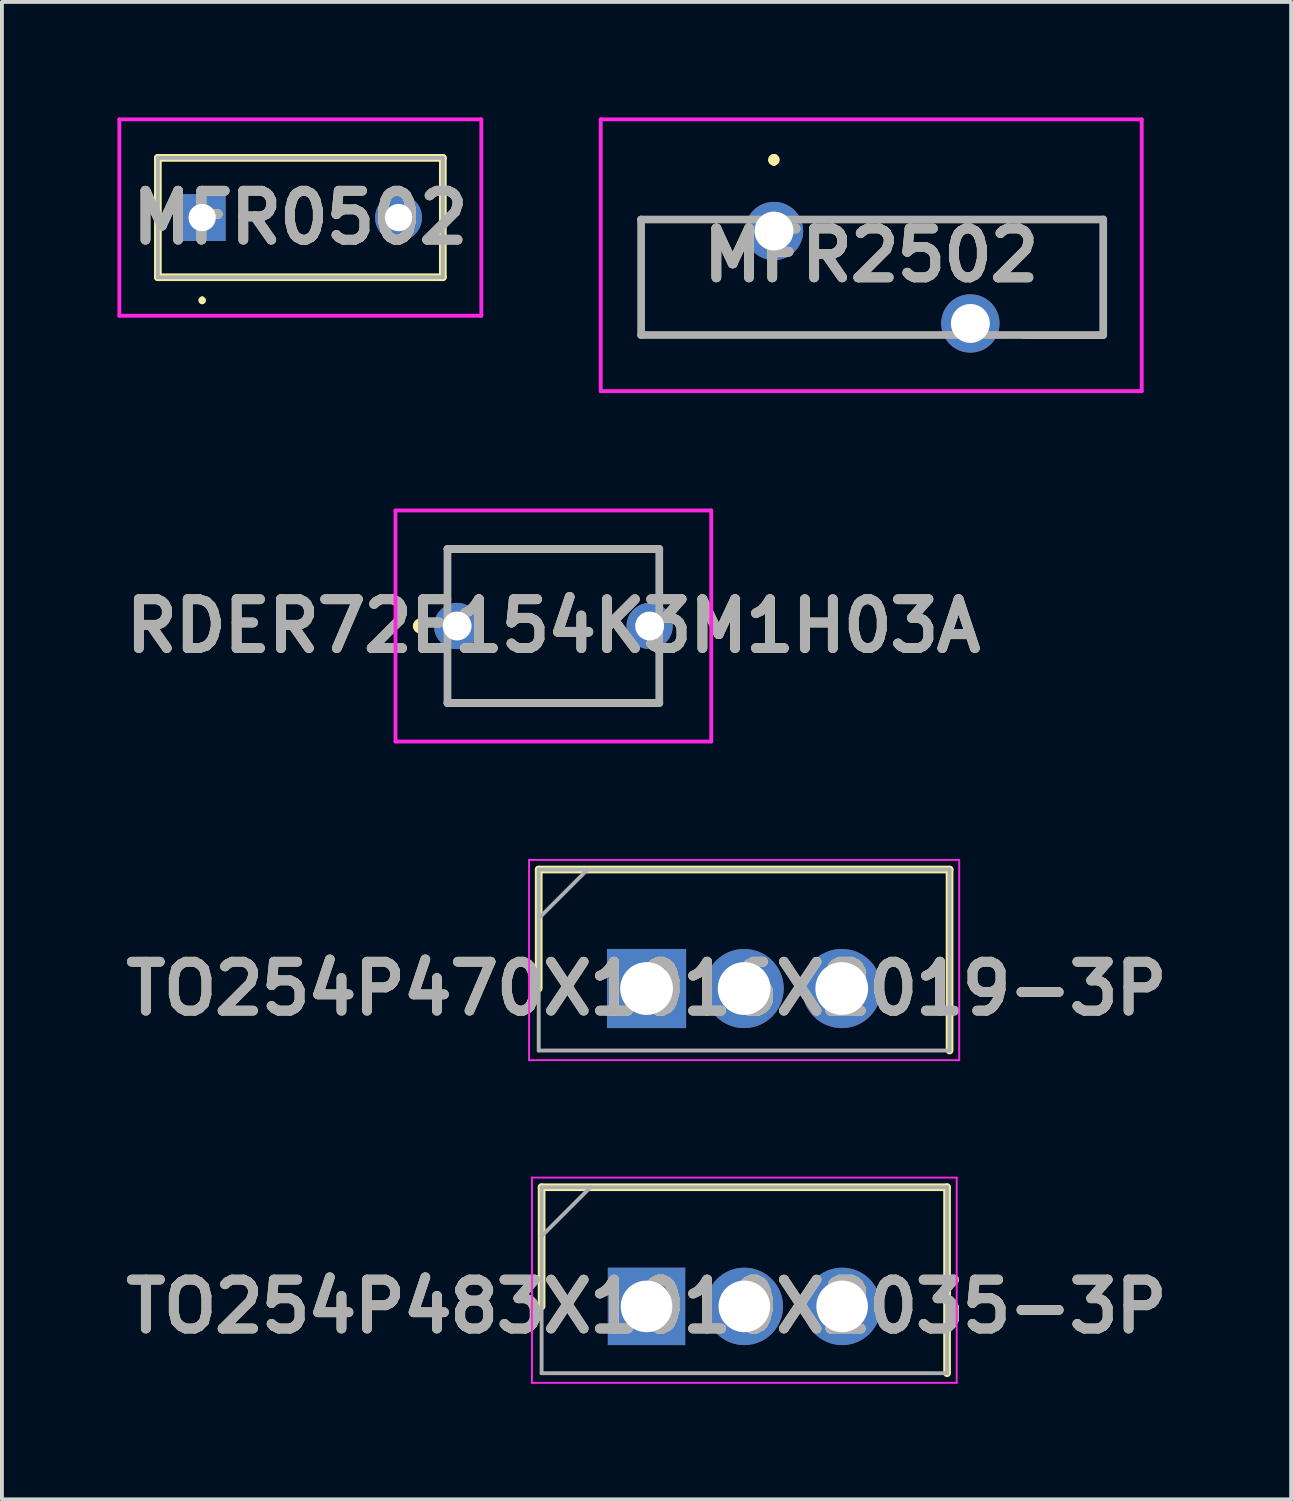
<source format=kicad_pcb>
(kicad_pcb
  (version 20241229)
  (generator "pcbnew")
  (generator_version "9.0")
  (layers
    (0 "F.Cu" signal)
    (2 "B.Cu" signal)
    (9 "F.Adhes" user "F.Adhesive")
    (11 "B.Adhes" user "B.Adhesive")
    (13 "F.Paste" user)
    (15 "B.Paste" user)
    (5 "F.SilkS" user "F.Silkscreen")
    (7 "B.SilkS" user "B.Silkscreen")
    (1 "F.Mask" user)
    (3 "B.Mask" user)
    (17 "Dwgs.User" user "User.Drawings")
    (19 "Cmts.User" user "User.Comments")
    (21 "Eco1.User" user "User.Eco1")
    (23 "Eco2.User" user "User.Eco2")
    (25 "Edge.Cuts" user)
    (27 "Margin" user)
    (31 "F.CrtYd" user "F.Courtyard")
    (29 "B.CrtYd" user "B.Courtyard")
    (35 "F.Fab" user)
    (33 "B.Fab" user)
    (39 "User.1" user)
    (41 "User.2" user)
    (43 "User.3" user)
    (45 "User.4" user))
  (footprint "TO254P470X1016X2019-3P"
    (layer "F.Cu")
    (at 13.74 22.622)
    (property "Reference" "TO254P470X1016X2019-3P" (at 0 0 0) (layer "F.SilkS") (effects (font (size 1.27 1.27) (thickness 0.254))))
    (attr through_hole)
    (fp_line (start -2.8 -3.09) (end -2.8 0) (stroke (width 0.2) (type solid)) (layer "F.SilkS"))
    (fp_line (start 7.87 -3.09) (end -2.8 -3.09) (stroke (width 0.2) (type solid)) (layer "F.SilkS"))
    (fp_line (start 7.87 1.61) (end 7.87 -3.09) (stroke (width 0.2) (type solid)) (layer "F.SilkS"))
    (fp_line (start -3.05 -3.34) (end 8.12 -3.34) (stroke (width 0.05) (type solid)) (layer "F.CrtYd"))
    (fp_line (start -3.05 1.86) (end -3.05 -3.34) (stroke (width 0.05) (type solid)) (layer "F.CrtYd"))
    (fp_line (start 8.12 -3.34) (end 8.12 1.86) (stroke (width 0.05) (type solid)) (layer "F.CrtYd"))
    (fp_line (start 8.12 1.86) (end -3.05 1.86) (stroke (width 0.05) (type solid)) (layer "F.CrtYd"))
    (fp_line (start -2.8 -3.09) (end 7.87 -3.09) (stroke (width 0.1) (type solid)) (layer "F.Fab"))
    (fp_line (start -2.8 -1.822) (end -1.532 -3.09) (stroke (width 0.1) (type solid)) (layer "F.Fab"))
    (fp_line (start -2.8 1.61) (end -2.8 -3.09) (stroke (width 0.1) (type solid)) (layer "F.Fab"))
    (fp_line (start 7.87 -3.09) (end 7.87 1.61) (stroke (width 0.1) (type solid)) (layer "F.Fab"))
    (fp_line (start 7.87 1.61) (end -2.8 1.61) (stroke (width 0.1) (type solid)) (layer "F.Fab"))
    (fp_text user "${REFERENCE}" (at 0 0 0) (layer "F.Fab") (effects (font (size 1.27 1.27) (thickness 0.254))))
    (pad "1" thru_hole rect (at 0 0) (size 2.055 2.055) (drill 1.37) (layers "*.Cu" "*.Mask"))
    (pad "2" thru_hole circle (at 2.535 0) (size 2.055 2.055) (drill 1.37) (layers "*.Cu" "*.Mask"))
    (pad "3" thru_hole circle (at 5.07 0) (size 2.055 2.055) (drill 1.37) (layers "*.Cu" "*.Mask")))
  (footprint "RDER72E154K3M1H03A"
    (layer "F.Cu")
    (at 8.821 13.207)
    (property "Reference" "RDER72E154K3M1H03A" (at 2.5 0 0) (layer "F.SilkS") (effects (font (size 1.27 1.27) (thickness 0.254))))
    (attr through_hole)
    (fp_line (start -0.95 -0.1) (end -0.95 -0.1) (stroke (width 0.2) (type solid)) (layer "F.SilkS"))
    (fp_line (start -0.95 0.1) (end -0.95 0.1) (stroke (width 0.2) (type solid)) (layer "F.SilkS"))
    (fp_line (start -0.25 -2) (end 5.25 -2) (stroke (width 0.2) (type solid)) (layer "F.SilkS"))
    (fp_line (start -0.25 2) (end 5.25 2) (stroke (width 0.2) (type solid)) (layer "F.SilkS"))
    (fp_arc (start -0.95 -0.1) (mid -0.85 0) (end -0.95 0.1) (stroke (width 0.2) (type solid)) (layer "F.SilkS"))
    (fp_arc (start -0.95 0.1) (mid -1.05 0) (end -0.95 -0.1) (stroke (width 0.2) (type solid)) (layer "F.SilkS"))
    (fp_line (start -1.6 -3) (end 6.6 -3) (stroke (width 0.1) (type solid)) (layer "F.CrtYd"))
    (fp_line (start -1.6 3) (end -1.6 -3) (stroke (width 0.1) (type solid)) (layer "F.CrtYd"))
    (fp_line (start 6.6 -3) (end 6.6 3) (stroke (width 0.1) (type solid)) (layer "F.CrtYd"))
    (fp_line (start 6.6 3) (end -1.6 3) (stroke (width 0.1) (type solid)) (layer "F.CrtYd"))
    (fp_line (start -0.25 -2) (end 5.25 -2) (stroke (width 0.2) (type solid)) (layer "F.Fab"))
    (fp_line (start -0.25 2) (end -0.25 -2) (stroke (width 0.2) (type solid)) (layer "F.Fab"))
    (fp_line (start 5.25 -2) (end 5.25 2) (stroke (width 0.2) (type solid)) (layer "F.Fab"))
    (fp_line (start 5.25 2) (end -0.25 2) (stroke (width 0.2) (type solid)) (layer "F.Fab"))
    (fp_text user "${REFERENCE}" (at 2.5 0 0) (layer "F.Fab") (effects (font (size 1.27 1.27) (thickness 0.254))))
    (pad "1" thru_hole circle (at 0 0) (size 1.2 1.2) (drill 0.75) (layers "*.Cu" "*.Mask"))
    (pad "2" thru_hole circle (at 5 0) (size 1.2 1.2) (drill 0.75) (layers "*.Cu" "*.Mask")))
  (footprint "TO254P483X1010X2035-3P"
    (layer "F.Cu")
    (at 13.74 30.877)
    (property "Reference" "TO254P483X1010X2035-3P" (at 0 0 0) (layer "F.SilkS") (effects (font (size 1.27 1.27) (thickness 0.254))))
    (attr through_hole)
    (fp_line (start -2.725 -3.095) (end -2.725 0) (stroke (width 0.2) (type solid)) (layer "F.SilkS"))
    (fp_line (start 7.805 -3.095) (end -2.725 -3.095) (stroke (width 0.2) (type solid)) (layer "F.SilkS"))
    (fp_line (start 7.805 1.735) (end 7.805 -3.095) (stroke (width 0.2) (type solid)) (layer "F.SilkS"))
    (fp_line (start -2.975 -3.345) (end 8.055 -3.345) (stroke (width 0.05) (type solid)) (layer "F.CrtYd"))
    (fp_line (start -2.975 1.985) (end -2.975 -3.345) (stroke (width 0.05) (type solid)) (layer "F.CrtYd"))
    (fp_line (start 8.055 -3.345) (end 8.055 1.985) (stroke (width 0.05) (type solid)) (layer "F.CrtYd"))
    (fp_line (start 8.055 1.985) (end -2.975 1.985) (stroke (width 0.05) (type solid)) (layer "F.CrtYd"))
    (fp_line (start -2.725 -3.095) (end 7.805 -3.095) (stroke (width 0.1) (type solid)) (layer "F.Fab"))
    (fp_line (start -2.725 -1.825) (end -1.455 -3.095) (stroke (width 0.1) (type solid)) (layer "F.Fab"))
    (fp_line (start -2.725 1.735) (end -2.725 -3.095) (stroke (width 0.1) (type solid)) (layer "F.Fab"))
    (fp_line (start 7.805 -3.095) (end 7.805 1.735) (stroke (width 0.1) (type solid)) (layer "F.Fab"))
    (fp_line (start 7.805 1.735) (end -2.725 1.735) (stroke (width 0.1) (type solid)) (layer "F.Fab"))
    (fp_text user "${REFERENCE}" (at 0 0 0) (layer "F.Fab") (effects (font (size 1.27 1.27) (thickness 0.254))))
    (pad "1" thru_hole rect (at 0 0) (size 2.01 2.01) (drill 1.34) (layers "*.Cu" "*.Mask"))
    (pad "2" thru_hole circle (at 2.54 0) (size 2.01 2.01) (drill 1.34) (layers "*.Cu" "*.Mask"))
    (pad "3" thru_hole circle (at 5.08 0) (size 2.01 2.01) (drill 1.34) (layers "*.Cu" "*.Mask")))
  (footprint "MFR0502"
    (layer "F.Cu")
    (at 2.2 2.6)
    (property "Reference" "MFR0502" (at 2.55 0 0) (layer "F.SilkS") (effects (font (size 1.27 1.27) (thickness 0.254))))
    (attr through_hole)
    (fp_line (start -1.15 -1.55) (end -1.15 1.55) (stroke (width 0.2) (type solid)) (layer "F.SilkS"))
    (fp_line (start -1.15 1.55) (end 6.25 1.55) (stroke (width 0.2) (type solid)) (layer "F.SilkS"))
    (fp_line (start 0 2.1) (end 0 2.1) (stroke (width 0.1) (type solid)) (layer "F.SilkS"))
    (fp_line (start 0 2.2) (end 0 2.2) (stroke (width 0.1) (type solid)) (layer "F.SilkS"))
    (fp_line (start 6.25 -1.55) (end -1.15 -1.55) (stroke (width 0.2) (type solid)) (layer "F.SilkS"))
    (fp_line (start 6.25 1.55) (end 6.25 -1.55) (stroke (width 0.2) (type solid)) (layer "F.SilkS"))
    (fp_arc (start 0 2.1) (mid 0.05 2.15) (end 0 2.2) (stroke (width 0.1) (type solid)) (layer "F.SilkS"))
    (fp_arc (start 0 2.2) (mid -0.05 2.15) (end 0 2.1) (stroke (width 0.1) (type solid)) (layer "F.SilkS"))
    (fp_line (start -2.15 -2.55) (end 7.25 -2.55) (stroke (width 0.1) (type solid)) (layer "F.CrtYd"))
    (fp_line (start -2.15 2.55) (end -2.15 -2.55) (stroke (width 0.1) (type solid)) (layer "F.CrtYd"))
    (fp_line (start 7.25 -2.55) (end 7.25 2.55) (stroke (width 0.1) (type solid)) (layer "F.CrtYd"))
    (fp_line (start 7.25 2.55) (end -2.15 2.55) (stroke (width 0.1) (type solid)) (layer "F.CrtYd"))
    (fp_line (start -1.15 -1.55) (end -1.15 1.55) (stroke (width 0.1) (type solid)) (layer "F.Fab"))
    (fp_line (start -1.15 1.55) (end 6.25 1.55) (stroke (width 0.1) (type solid)) (layer "F.Fab"))
    (fp_line (start 6.25 -1.55) (end -1.15 -1.55) (stroke (width 0.1) (type solid)) (layer "F.Fab"))
    (fp_line (start 6.25 1.55) (end 6.25 -1.55) (stroke (width 0.1) (type solid)) (layer "F.Fab"))
    (fp_text user "${REFERENCE}" (at 2.55 0 0) (layer "F.Fab") (effects (font (size 1.27 1.27) (thickness 0.254))))
    (pad "1" thru_hole rect (at 0 0) (size 1.217 1.217) (drill 0.71) (layers "*.Cu" "*.Mask"))
    (pad "2" thru_hole circle (at 5.1 0) (size 1.217 1.217) (drill 0.71) (layers "*.Cu" "*.Mask")))
  (footprint "MFR2502"
    (layer "F.Cu")
    (at 17.05 2.95)
    (property "Reference" "MFR2502" (at 2.525 0.629 0) (layer "F.SilkS") (effects (font (size 1.27 1.27) (thickness 0.254))))
    (attr through_hole)
    (fp_line (start -3.5 -0.3) (end -3.5 -0.3) (stroke (width 0.1) (type solid)) (layer "F.SilkS"))
    (fp_line (start -3.5 -0.3) (end -1.25 -0.3) (stroke (width 0.1) (type solid)) (layer "F.SilkS"))
    (fp_line (start -3.45 -0.3) (end -3.45 -0.3) (stroke (width 0.1) (type solid)) (layer "F.SilkS"))
    (fp_line (start -3.45 -0.3) (end -3.45 2.7) (stroke (width 0.1) (type solid)) (layer "F.SilkS"))
    (fp_line (start -3.45 2.7) (end -3.45 -0.3) (stroke (width 0.1) (type solid)) (layer "F.SilkS"))
    (fp_line (start -3.45 2.7) (end -3.45 2.7) (stroke (width 0.1) (type solid)) (layer "F.SilkS"))
    (fp_line (start -3.45 2.7) (end -3.45 2.7) (stroke (width 0.1) (type solid)) (layer "F.SilkS"))
    (fp_line (start -3.45 2.7) (end 3.75 2.7) (stroke (width 0.1) (type solid)) (layer "F.SilkS"))
    (fp_line (start -1.25 -0.3) (end -3.5 -0.3) (stroke (width 0.1) (type solid)) (layer "F.SilkS"))
    (fp_line (start -1.25 -0.3) (end -1.25 -0.3) (stroke (width 0.1) (type solid)) (layer "F.SilkS"))
    (fp_line (start 0 -1.9) (end 0 -1.9) (stroke (width 0.2) (type solid)) (layer "F.SilkS"))
    (fp_line (start 0 -1.9) (end 0 -1.9) (stroke (width 0.2) (type solid)) (layer "F.SilkS"))
    (fp_line (start 0 -1.8) (end 0 -1.8) (stroke (width 0.2) (type solid)) (layer "F.SilkS"))
    (fp_line (start 1.25 -0.3) (end 1.25 -0.3) (stroke (width 0.1) (type solid)) (layer "F.SilkS"))
    (fp_line (start 1.25 -0.3) (end 8.55 -0.3) (stroke (width 0.1) (type solid)) (layer "F.SilkS"))
    (fp_line (start 3.75 2.7) (end -3.45 2.7) (stroke (width 0.1) (type solid)) (layer "F.SilkS"))
    (fp_line (start 3.75 2.7) (end 3.75 2.7) (stroke (width 0.1) (type solid)) (layer "F.SilkS"))
    (fp_line (start 6.5 2.7) (end 8.55 2.7) (stroke (width 0.1) (type solid)) (layer "F.SilkS"))
    (fp_line (start 6.5 2.75) (end 6.5 2.7) (stroke (width 0.1) (type solid)) (layer "F.SilkS"))
    (fp_line (start 8.55 -0.3) (end 1.25 -0.3) (stroke (width 0.1) (type solid)) (layer "F.SilkS"))
    (fp_line (start 8.55 -0.3) (end 8.55 -0.3) (stroke (width 0.1) (type solid)) (layer "F.SilkS"))
    (fp_line (start 8.55 -0.3) (end 8.55 -0.3) (stroke (width 0.1) (type solid)) (layer "F.SilkS"))
    (fp_line (start 8.55 -0.3) (end 8.55 2.7) (stroke (width 0.1) (type solid)) (layer "F.SilkS"))
    (fp_line (start 8.55 2.7) (end 8.55 -0.3) (stroke (width 0.1) (type solid)) (layer "F.SilkS"))
    (fp_line (start 8.55 2.7) (end 8.55 2.7) (stroke (width 0.1) (type solid)) (layer "F.SilkS"))
    (fp_line (start 8.55 2.7) (end 8.55 2.75) (stroke (width 0.1) (type solid)) (layer "F.SilkS"))
    (fp_line (start 8.55 2.75) (end 6.5 2.75) (stroke (width 0.1) (type solid)) (layer "F.SilkS"))
    (fp_arc (start 0 -1.9) (mid 0.05 -1.85) (end 0 -1.8) (stroke (width 0.2) (type solid)) (layer "F.SilkS"))
    (fp_arc (start 0 -1.8) (mid -0.05 -1.85) (end 0 -1.9) (stroke (width 0.2) (type solid)) (layer "F.SilkS"))
    (fp_arc (start 0 -1.8) (mid -0.05 -1.85) (end 0 -1.9) (stroke (width 0.2) (type solid)) (layer "F.SilkS"))
    (fp_line (start -4.5 -2.9) (end -4.5 4.157) (stroke (width 0.1) (type solid)) (layer "F.CrtYd"))
    (fp_line (start -4.5 4.157) (end 9.55 4.157) (stroke (width 0.1) (type solid)) (layer "F.CrtYd"))
    (fp_line (start 9.55 -2.9) (end -4.5 -2.9) (stroke (width 0.1) (type solid)) (layer "F.CrtYd"))
    (fp_line (start 9.55 4.157) (end 9.55 -2.9) (stroke (width 0.1) (type solid)) (layer "F.CrtYd"))
    (fp_line (start -3.45 -0.3) (end 8.55 -0.3) (stroke (width 0.2) (type solid)) (layer "F.Fab"))
    (fp_line (start -3.45 2.7) (end -3.45 -0.3) (stroke (width 0.2) (type solid)) (layer "F.Fab"))
    (fp_line (start 8.55 -0.3) (end 8.55 2.7) (stroke (width 0.2) (type solid)) (layer "F.Fab"))
    (fp_line (start 8.55 2.7) (end -3.45 2.7) (stroke (width 0.2) (type solid)) (layer "F.Fab"))
    (fp_text user "${REFERENCE}" (at 2.525 0.629 0) (layer "F.Fab") (effects (font (size 1.27 1.27) (thickness 0.254))))
    (pad "1" thru_hole circle (at 0 0) (size 1.515 1.515) (drill 1.01) (layers "*.Cu" "*.Mask"))
    (pad "2" thru_hole circle (at 5.1 2.4) (size 1.515 1.515) (drill 1.01) (layers "*.Cu" "*.Mask")))
  (gr_rect
    (start -3 -3)
    (end 30.48 35.887)
    (stroke (width 0.1) (type default))
    (fill no)
    (layer "Edge.Cuts")))
</source>
